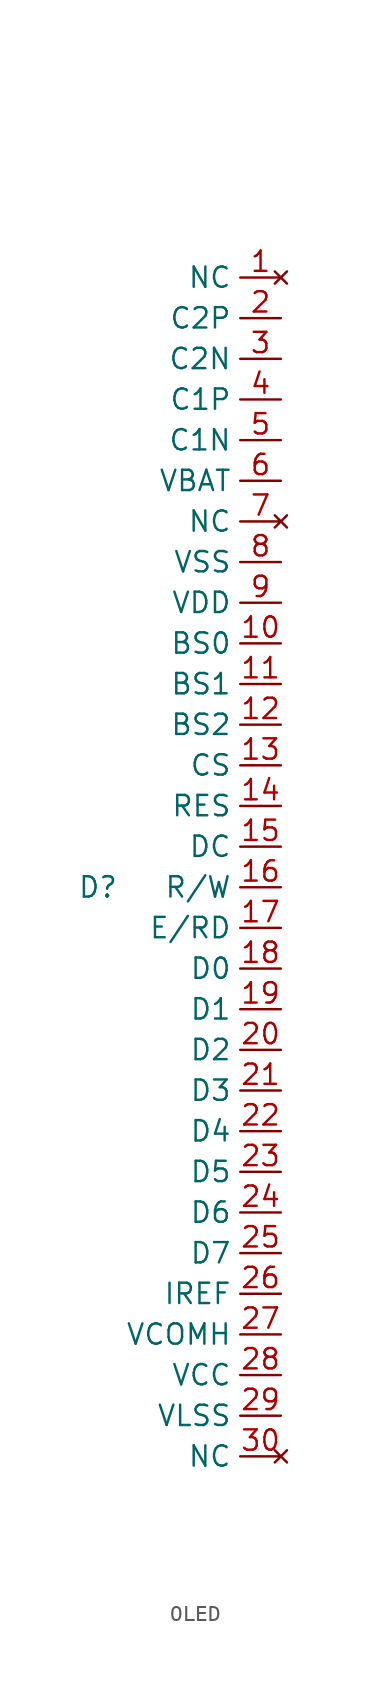
<source format=kicad_sym>
(kicad_symbol_lib
  (version 20220914)
  (generator kicad_symbol_editor)
  (symbol "OLED"
    (property "Reference" "D"
      (at -12.7 -43.18 0)
      (effects (font (size 1.27 1.27))))
    (property "Value" ""
      (at 0 0 0)
      (effects (font (size 1.27 1.27))))
    (symbol "OLED_1_1"
      (pin no_connect line (at -1.27 -5.08 180) (length 2.54) (name "NC" (effects (font (size 1.27 1.27)))) (number "1" (effects (font (size 1.27 1.27)))))
      (pin input line (at -1.27 -27.94 180) (length 2.54) (name "BS0" (effects (font (size 1.27 1.27)))) (number "10" (effects (font (size 1.27 1.27)))))
      (pin input line (at -1.27 -30.48 180) (length 2.54) (name "BS1" (effects (font (size 1.27 1.27)))) (number "11" (effects (font (size 1.27 1.27)))))
      (pin input line (at -1.27 -33.02 180) (length 2.54) (name "BS2" (effects (font (size 1.27 1.27)))) (number "12" (effects (font (size 1.27 1.27)))))
      (pin tri_state line (at -1.27 -35.56 180) (length 2.54) (name "CS" (effects (font (size 1.27 1.27)))) (number "13" (effects (font (size 1.27 1.27)))))
      (pin tri_state line (at -1.27 -38.1 180) (length 2.54) (name "RES" (effects (font (size 1.27 1.27)))) (number "14" (effects (font (size 1.27 1.27)))))
      (pin tri_state line (at -1.27 -40.64 180) (length 2.54) (name "DC" (effects (font (size 1.27 1.27)))) (number "15" (effects (font (size 1.27 1.27)))))
      (pin tri_state line (at -1.27 -43.18 180) (length 2.54) (name "R/W" (effects (font (size 1.27 1.27)))) (number "16" (effects (font (size 1.27 1.27)))))
      (pin tri_state line (at -1.27 -45.72 180) (length 2.54) (name "E/RD" (effects (font (size 1.27 1.27)))) (number "17" (effects (font (size 1.27 1.27)))))
      (pin tri_state line (at -1.27 -48.26 180) (length 2.54) (name "D0" (effects (font (size 1.27 1.27)))) (number "18" (effects (font (size 1.27 1.27)))))
      (pin tri_state line (at -1.27 -50.8 180) (length 2.54) (name "D1" (effects (font (size 1.27 1.27)))) (number "19" (effects (font (size 1.27 1.27)))))
      (pin passive line (at -1.27 -7.62 180) (length 2.54) (name "C2P" (effects (font (size 1.27 1.27)))) (number "2" (effects (font (size 1.27 1.27)))))
      (pin tri_state line (at -1.27 -53.34 180) (length 2.54) (name "D2" (effects (font (size 1.27 1.27)))) (number "20" (effects (font (size 1.27 1.27)))))
      (pin tri_state line (at -1.27 -55.88 180) (length 2.54) (name "D3" (effects (font (size 1.27 1.27)))) (number "21" (effects (font (size 1.27 1.27)))))
      (pin tri_state line (at -1.27 -58.42 180) (length 2.54) (name "D4" (effects (font (size 1.27 1.27)))) (number "22" (effects (font (size 1.27 1.27)))))
      (pin tri_state line (at -1.27 -60.96 180) (length 2.54) (name "D5" (effects (font (size 1.27 1.27)))) (number "23" (effects (font (size 1.27 1.27)))))
      (pin tri_state line (at -1.27 -63.5 180) (length 2.54) (name "D6" (effects (font (size 1.27 1.27)))) (number "24" (effects (font (size 1.27 1.27)))))
      (pin tri_state line (at -1.27 -66.04 180) (length 2.54) (name "D7" (effects (font (size 1.27 1.27)))) (number "25" (effects (font (size 1.27 1.27)))))
      (pin passive line (at -1.27 -68.58 180) (length 2.54) (name "IREF" (effects (font (size 1.27 1.27)))) (number "26" (effects (font (size 1.27 1.27)))))
      (pin tri_state line (at -1.27 -71.12 180) (length 2.54) (name "VCOMH" (effects (font (size 1.27 1.27)))) (number "27" (effects (font (size 1.27 1.27)))))
      (pin power_in line (at -1.27 -73.66 180) (length 2.54) (name "VCC" (effects (font (size 1.27 1.27)))) (number "28" (effects (font (size 1.27 1.27)))))
      (pin power_in line (at -1.27 -76.2 180) (length 2.54) (name "VLSS" (effects (font (size 1.27 1.27)))) (number "29" (effects (font (size 1.27 1.27)))))
      (pin passive line (at -1.27 -10.16 180) (length 2.54) (name "C2N" (effects (font (size 1.27 1.27)))) (number "3" (effects (font (size 1.27 1.27)))))
      (pin no_connect line (at -1.27 -78.74 180) (length 2.54) (name "NC" (effects (font (size 1.27 1.27)))) (number "30" (effects (font (size 1.27 1.27)))))
      (pin passive line (at -1.27 -12.7 180) (length 2.54) (name "C1P" (effects (font (size 1.27 1.27)))) (number "4" (effects (font (size 1.27 1.27)))))
      (pin passive line (at -1.27 -15.24 180) (length 2.54) (name "C1N" (effects (font (size 1.27 1.27)))) (number "5" (effects (font (size 1.27 1.27)))))
      (pin power_in line (at -1.27 -17.78 180) (length 2.54) (name "VBAT" (effects (font (size 1.27 1.27)))) (number "6" (effects (font (size 1.27 1.27)))))
      (pin no_connect line (at -1.27 -20.32 180) (length 2.54) (name "NC" (effects (font (size 1.27 1.27)))) (number "7" (effects (font (size 1.27 1.27)))))
      (pin power_in line (at -1.27 -22.86 180) (length 2.54) (name "VSS" (effects (font (size 1.27 1.27)))) (number "8" (effects (font (size 1.27 1.27)))))
      (pin power_in line (at -1.27 -25.4 180) (length 2.54) (name "VDD" (effects (font (size 1.27 1.27)))) (number "9" (effects (font (size 1.27 1.27))))))))
</source>
